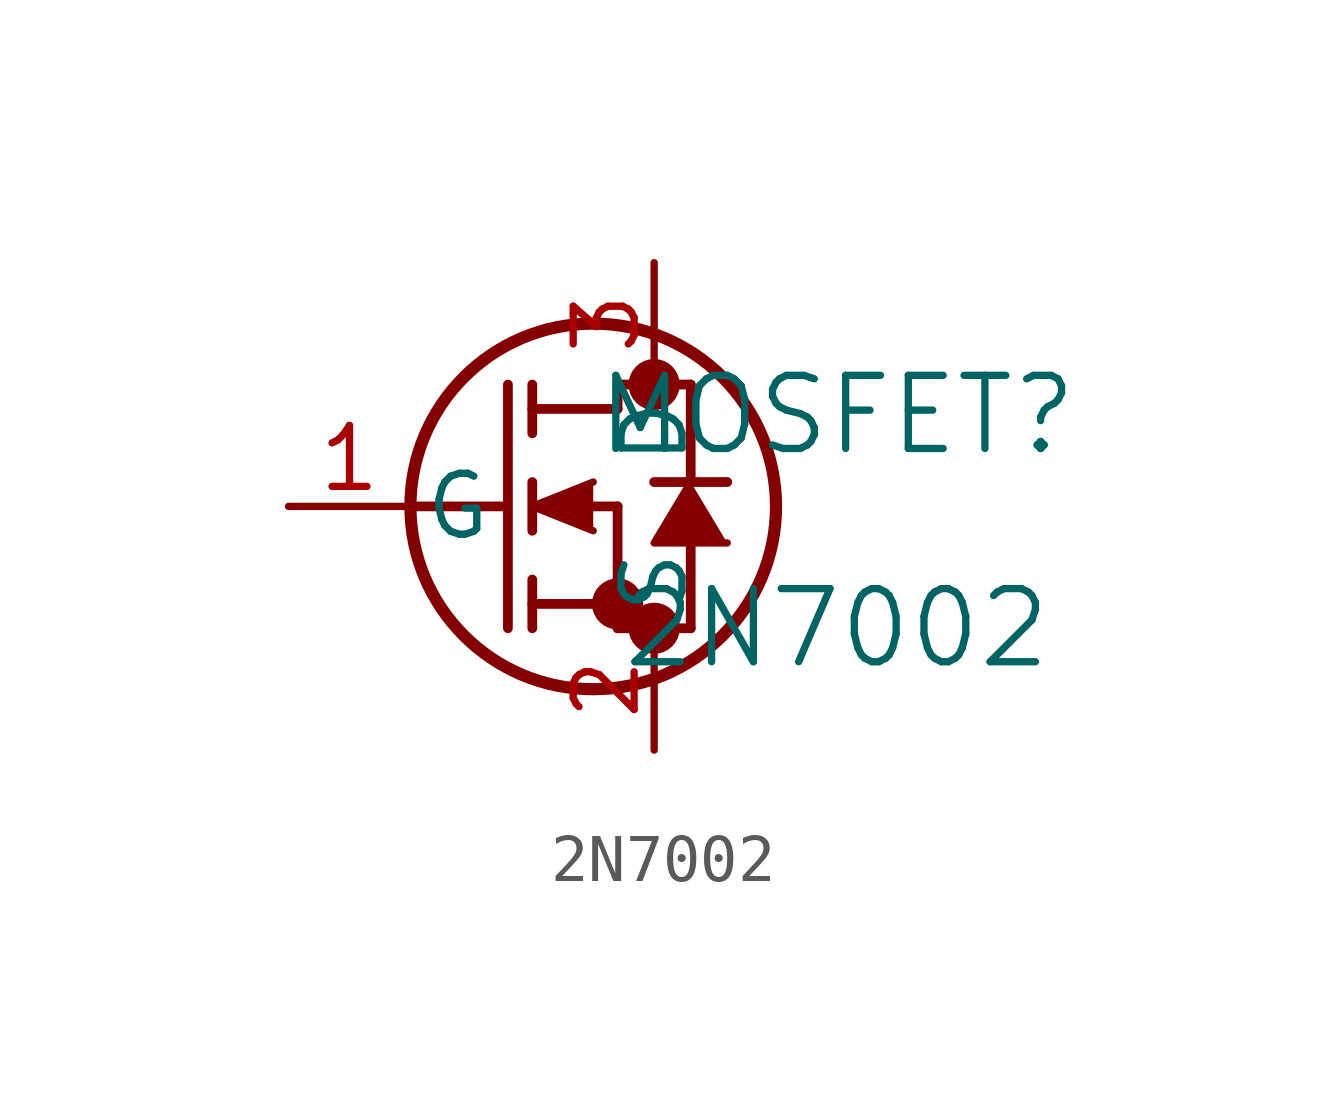
<source format=kicad_sym>
(kicad_symbol_lib
  (version 20241209)
  (generator "kicad_symbol_editor")
  (generator_version "9.0")
  (symbol "2N7002"
    (pin_names
      (offset 0.254))
    (property "Reference" "MOSFET"
      (at 11.43 1.905 0)
      (effects (font (size 1.524 1.524))))
    (property "Value" "2N7002"
      (at 11.43 -2.54 0)
      (effects (font (size 1.524 1.524))))
    (property "ki_locked" ""
      (at 0 0 0)
      (effects (font (size 1.27 1.27))))
    (symbol "2N7002_0_1"
      (polyline (pts (xy 2.54 0) (xy 4.445 0)) (stroke (width 0.203) (type default)) (fill (type none)))
      (polyline (pts (xy 4.572 -2.54) (xy 4.572 2.54)) (stroke (width 0.203) (type default)) (fill (type none)))
      (polyline (pts (xy 5.08 2.032) (xy 6.858 2.032)) (stroke (width 0.203) (type default)) (fill (type none)))
      (polyline (pts (xy 5.08 1.524) (xy 5.08 2.54)) (stroke (width 0.203) (type default)) (fill (type none)))
      (polyline (pts (xy 5.08 -0.508) (xy 5.08 0.508)) (stroke (width 0.203) (type default)) (fill (type none)))
      (polyline (pts (xy 5.08 -2.032) (xy 6.858 -2.032)) (stroke (width 0.203) (type default)) (fill (type none)))
      (polyline (pts (xy 5.08 -2.54) (xy 5.08 -1.524)) (stroke (width 0.203) (type default)) (fill (type none)))
      (polyline (pts (xy 6.35 0.508) (xy 5.08 0) (xy 6.35 -0.508)) (stroke (width 0) (type default)) (fill (type outline)))
      (polyline (pts (xy 6.35 0) (xy 6.858 0)) (stroke (width 0.203) (type default)) (fill (type none)))
      (circle (center 6.35 0) (radius 3.81) (stroke (width 0.254) (type default)) (fill (type none)))
      (polyline (pts (xy 6.858 2.54) (xy 8.382 2.54)) (stroke (width 0.203) (type default)) (fill (type none)))
      (polyline (pts (xy 6.858 2.032) (xy 6.858 2.54)) (stroke (width 0.203) (type default)) (fill (type none)))
      (circle (center 6.858 -2.032) (radius 0.025) (stroke (width 0.508) (type default)) (fill (type none)))
      (polyline (pts (xy 6.858 -2.54) (xy 6.858 0)) (stroke (width 0.203) (type default)) (fill (type none)))
      (polyline (pts (xy 6.858 -2.54) (xy 8.382 -2.54)) (stroke (width 0.203) (type default)) (fill (type none)))
      (circle (center 7.62 2.54) (radius 0.025) (stroke (width 0.508) (type default)) (fill (type none)))
      (circle (center 7.62 -2.54) (radius 0.025) (stroke (width 0.508) (type default)) (fill (type none)))
      (polyline (pts (xy 8.382 0.508) (xy 8.382 2.54)) (stroke (width 0.203) (type default)) (fill (type none)))
      (polyline (pts (xy 8.382 -2.54) (xy 8.382 -0.762)) (stroke (width 0.203) (type default)) (fill (type none)))
      (polyline (pts (xy 9.144 0.508) (xy 7.62 0.508)) (stroke (width 0.203) (type default)) (fill (type none)))
      (polyline (pts (xy 9.144 -0.762) (xy 7.62 -0.762) (xy 8.382 0.508)) (stroke (width 0) (type default)) (fill (type outline)))
      (pin unspecified line (at 0 0 0) (length 2.54) (name "G" (effects (font (size 1.27 1.27)))) (number "1" (effects (font (size 1.27 1.27)))))
      (pin unspecified line (at 7.62 5.08 270) (length 2.54) (name "D" (effects (font (size 1.27 1.27)))) (number "3" (effects (font (size 1.27 1.27)))))
      (pin unspecified line (at 7.62 -5.08 90) (length 2.54) (name "S" (effects (font (size 1.27 1.27)))) (number "2" (effects (font (size 1.27 1.27))))))))
</source>
